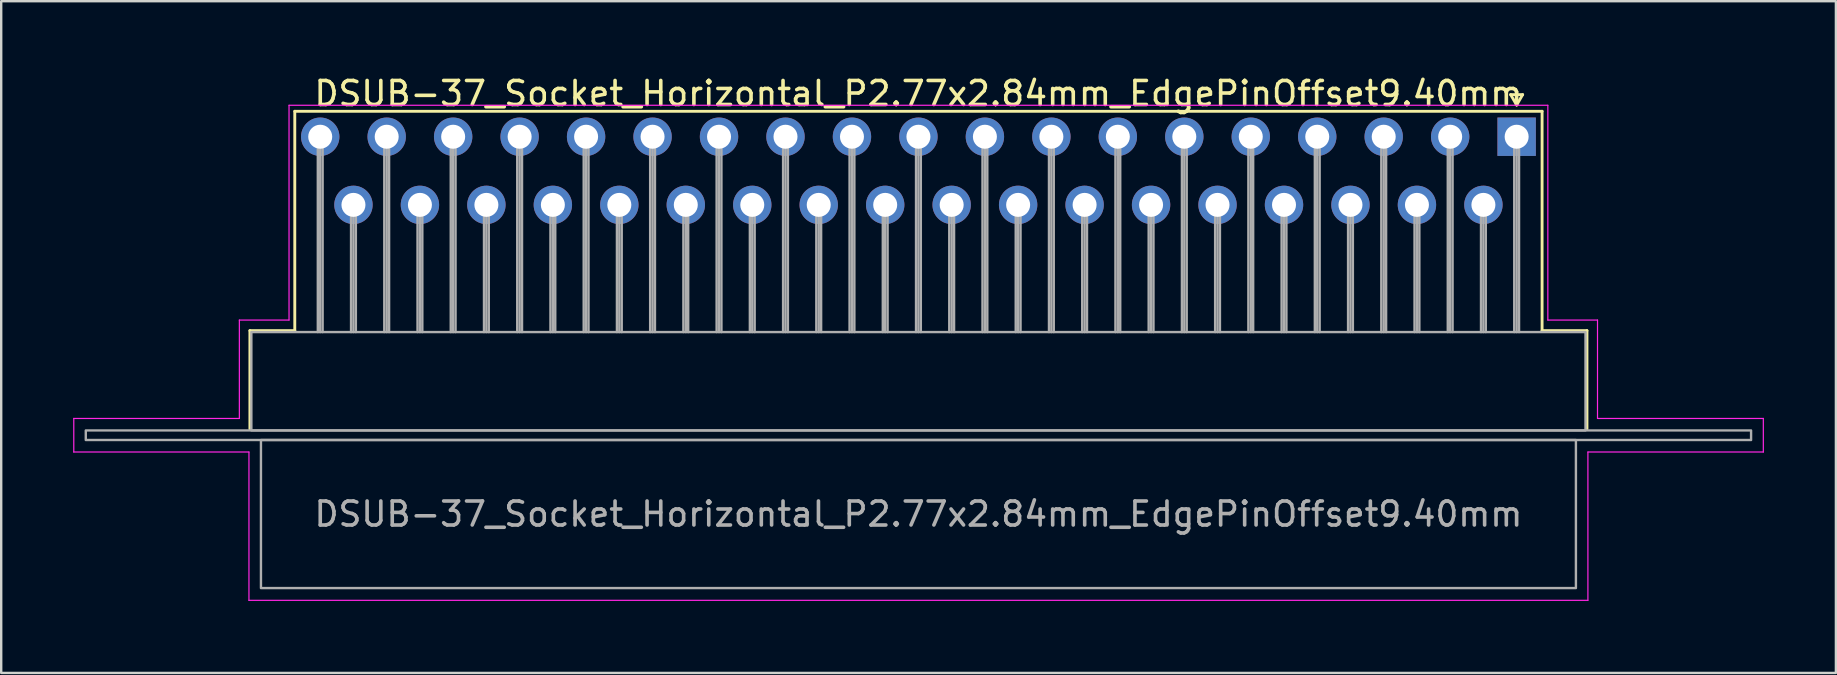
<source format=kicad_pcb>
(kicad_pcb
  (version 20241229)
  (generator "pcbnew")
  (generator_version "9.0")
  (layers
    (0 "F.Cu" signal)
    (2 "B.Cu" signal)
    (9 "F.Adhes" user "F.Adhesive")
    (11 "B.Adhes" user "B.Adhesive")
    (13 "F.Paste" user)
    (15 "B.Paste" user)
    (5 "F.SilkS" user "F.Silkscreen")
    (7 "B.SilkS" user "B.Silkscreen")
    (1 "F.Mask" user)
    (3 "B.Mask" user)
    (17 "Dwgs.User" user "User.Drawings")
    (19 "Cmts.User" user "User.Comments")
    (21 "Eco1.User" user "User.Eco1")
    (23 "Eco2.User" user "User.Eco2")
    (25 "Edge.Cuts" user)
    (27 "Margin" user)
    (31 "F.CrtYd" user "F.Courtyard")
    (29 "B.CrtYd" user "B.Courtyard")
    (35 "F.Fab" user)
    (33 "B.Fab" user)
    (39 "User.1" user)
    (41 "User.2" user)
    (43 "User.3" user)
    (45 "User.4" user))
  (footprint "DSUB-37_Socket_Horizontal_P2.77x2.84mm_EdgePinOffset9.40mm"
    (layer "F.Cu")
    (at 60.155 2.648)
    (property "Reference" "DSUB-37_Socket_Horizontal_P2.77x2.84mm_EdgePinOffset9.40mm" (at -24.93 -1.8 0) (layer "F.SilkS") (effects (font (size 1 1) (thickness 0.15))))
    (attr through_hole)
    (fp_line (start -52.79 8.08) (end -50.92 8.08) (stroke (width 0.12) (type solid)) (layer "F.SilkS"))
    (fp_line (start -52.79 12.18) (end -52.79 8.08) (stroke (width 0.12) (type solid)) (layer "F.SilkS"))
    (fp_line (start -50.92 -1.06) (end 1.06 -1.06) (stroke (width 0.12) (type solid)) (layer "F.SilkS"))
    (fp_line (start -50.92 8.08) (end -50.92 -1.06) (stroke (width 0.12) (type solid)) (layer "F.SilkS"))
    (fp_line (start -0.25 -1.754) (end 0.25 -1.754) (stroke (width 0.12) (type solid)) (layer "F.SilkS"))
    (fp_line (start 0 -1.321) (end -0.25 -1.754) (stroke (width 0.12) (type solid)) (layer "F.SilkS"))
    (fp_line (start 0.25 -1.754) (end 0 -1.321) (stroke (width 0.12) (type solid)) (layer "F.SilkS"))
    (fp_line (start 1.06 -1.06) (end 1.06 8.08) (stroke (width 0.12) (type solid)) (layer "F.SilkS"))
    (fp_line (start 1.06 8.08) (end 2.93 8.08) (stroke (width 0.12) (type solid)) (layer "F.SilkS"))
    (fp_line (start 2.93 8.08) (end 2.93 12.18) (stroke (width 0.12) (type solid)) (layer "F.SilkS"))
    (fp_line (start -60.13 11.74) (end -53.23 11.74) (stroke (width 0.05) (type solid)) (layer "F.CrtYd"))
    (fp_line (start -60.13 13.14) (end -60.13 11.74) (stroke (width 0.05) (type solid)) (layer "F.CrtYd"))
    (fp_line (start -53.23 7.64) (end -51.16 7.64) (stroke (width 0.05) (type solid)) (layer "F.CrtYd"))
    (fp_line (start -53.23 11.74) (end -53.23 7.64) (stroke (width 0.05) (type solid)) (layer "F.CrtYd"))
    (fp_line (start -52.83 13.14) (end -60.13 13.14) (stroke (width 0.05) (type solid)) (layer "F.CrtYd"))
    (fp_line (start -52.83 19.32) (end -52.83 13.14) (stroke (width 0.05) (type solid)) (layer "F.CrtYd"))
    (fp_line (start -51.16 -1.31) (end 1.3 -1.31) (stroke (width 0.05) (type solid)) (layer "F.CrtYd"))
    (fp_line (start -51.16 7.64) (end -51.16 -1.31) (stroke (width 0.05) (type solid)) (layer "F.CrtYd"))
    (fp_line (start 1.3 -1.31) (end 1.3 7.64) (stroke (width 0.05) (type solid)) (layer "F.CrtYd"))
    (fp_line (start 1.3 7.64) (end 3.37 7.64) (stroke (width 0.05) (type solid)) (layer "F.CrtYd"))
    (fp_line (start 2.97 13.14) (end 2.97 19.32) (stroke (width 0.05) (type solid)) (layer "F.CrtYd"))
    (fp_line (start 2.97 19.32) (end -52.83 19.32) (stroke (width 0.05) (type solid)) (layer "F.CrtYd"))
    (fp_line (start 3.37 7.64) (end 3.37 11.74) (stroke (width 0.05) (type solid)) (layer "F.CrtYd"))
    (fp_line (start 3.37 11.74) (end 10.28 11.74) (stroke (width 0.05) (type solid)) (layer "F.CrtYd"))
    (fp_line (start 10.28 11.74) (end 10.28 13.14) (stroke (width 0.05) (type solid)) (layer "F.CrtYd"))
    (fp_line (start 10.28 13.14) (end 2.97 13.14) (stroke (width 0.05) (type solid)) (layer "F.CrtYd"))
    (fp_line (start -49.96 0) (end -49.96 8.14) (stroke (width 0.1) (type solid)) (layer "F.Fab"))
    (fp_line (start -49.86 0) (end -49.86 8.14) (stroke (width 0.1) (type solid)) (layer "F.Fab"))
    (fp_line (start -49.76 0) (end -49.76 8.14) (stroke (width 0.1) (type solid)) (layer "F.Fab"))
    (fp_line (start -48.575 2.84) (end -48.575 8.14) (stroke (width 0.1) (type solid)) (layer "F.Fab"))
    (fp_line (start -48.475 2.84) (end -48.475 8.14) (stroke (width 0.1) (type solid)) (layer "F.Fab"))
    (fp_line (start -48.375 2.84) (end -48.375 8.14) (stroke (width 0.1) (type solid)) (layer "F.Fab"))
    (fp_line (start -47.19 0) (end -47.19 8.14) (stroke (width 0.1) (type solid)) (layer "F.Fab"))
    (fp_line (start -47.09 0) (end -47.09 8.14) (stroke (width 0.1) (type solid)) (layer "F.Fab"))
    (fp_line (start -46.99 0) (end -46.99 8.14) (stroke (width 0.1) (type solid)) (layer "F.Fab"))
    (fp_line (start -45.805 2.84) (end -45.805 8.14) (stroke (width 0.1) (type solid)) (layer "F.Fab"))
    (fp_line (start -45.705 2.84) (end -45.705 8.14) (stroke (width 0.1) (type solid)) (layer "F.Fab"))
    (fp_line (start -45.605 2.84) (end -45.605 8.14) (stroke (width 0.1) (type solid)) (layer "F.Fab"))
    (fp_line (start -44.42 0) (end -44.42 8.14) (stroke (width 0.1) (type solid)) (layer "F.Fab"))
    (fp_line (start -44.32 0) (end -44.32 8.14) (stroke (width 0.1) (type solid)) (layer "F.Fab"))
    (fp_line (start -44.22 0) (end -44.22 8.14) (stroke (width 0.1) (type solid)) (layer "F.Fab"))
    (fp_line (start -43.035 2.84) (end -43.035 8.14) (stroke (width 0.1) (type solid)) (layer "F.Fab"))
    (fp_line (start -42.935 2.84) (end -42.935 8.14) (stroke (width 0.1) (type solid)) (layer "F.Fab"))
    (fp_line (start -42.835 2.84) (end -42.835 8.14) (stroke (width 0.1) (type solid)) (layer "F.Fab"))
    (fp_line (start -41.65 0) (end -41.65 8.14) (stroke (width 0.1) (type solid)) (layer "F.Fab"))
    (fp_line (start -41.55 0) (end -41.55 8.14) (stroke (width 0.1) (type solid)) (layer "F.Fab"))
    (fp_line (start -41.45 0) (end -41.45 8.14) (stroke (width 0.1) (type solid)) (layer "F.Fab"))
    (fp_line (start -40.265 2.84) (end -40.265 8.14) (stroke (width 0.1) (type solid)) (layer "F.Fab"))
    (fp_line (start -40.165 2.84) (end -40.165 8.14) (stroke (width 0.1) (type solid)) (layer "F.Fab"))
    (fp_line (start -40.065 2.84) (end -40.065 8.14) (stroke (width 0.1) (type solid)) (layer "F.Fab"))
    (fp_line (start -38.88 0) (end -38.88 8.14) (stroke (width 0.1) (type solid)) (layer "F.Fab"))
    (fp_line (start -38.78 0) (end -38.78 8.14) (stroke (width 0.1) (type solid)) (layer "F.Fab"))
    (fp_line (start -38.68 0) (end -38.68 8.14) (stroke (width 0.1) (type solid)) (layer "F.Fab"))
    (fp_line (start -37.495 2.84) (end -37.495 8.14) (stroke (width 0.1) (type solid)) (layer "F.Fab"))
    (fp_line (start -37.395 2.84) (end -37.395 8.14) (stroke (width 0.1) (type solid)) (layer "F.Fab"))
    (fp_line (start -37.295 2.84) (end -37.295 8.14) (stroke (width 0.1) (type solid)) (layer "F.Fab"))
    (fp_line (start -36.11 0) (end -36.11 8.14) (stroke (width 0.1) (type solid)) (layer "F.Fab"))
    (fp_line (start -36.01 0) (end -36.01 8.14) (stroke (width 0.1) (type solid)) (layer "F.Fab"))
    (fp_line (start -35.91 0) (end -35.91 8.14) (stroke (width 0.1) (type solid)) (layer "F.Fab"))
    (fp_line (start -34.725 2.84) (end -34.725 8.14) (stroke (width 0.1) (type solid)) (layer "F.Fab"))
    (fp_line (start -34.625 2.84) (end -34.625 8.14) (stroke (width 0.1) (type solid)) (layer "F.Fab"))
    (fp_line (start -34.525 2.84) (end -34.525 8.14) (stroke (width 0.1) (type solid)) (layer "F.Fab"))
    (fp_line (start -33.34 0) (end -33.34 8.14) (stroke (width 0.1) (type solid)) (layer "F.Fab"))
    (fp_line (start -33.24 0) (end -33.24 8.14) (stroke (width 0.1) (type solid)) (layer "F.Fab"))
    (fp_line (start -33.14 0) (end -33.14 8.14) (stroke (width 0.1) (type solid)) (layer "F.Fab"))
    (fp_line (start -31.955 2.84) (end -31.955 8.14) (stroke (width 0.1) (type solid)) (layer "F.Fab"))
    (fp_line (start -31.855 2.84) (end -31.855 8.14) (stroke (width 0.1) (type solid)) (layer "F.Fab"))
    (fp_line (start -31.755 2.84) (end -31.755 8.14) (stroke (width 0.1) (type solid)) (layer "F.Fab"))
    (fp_line (start -30.57 0) (end -30.57 8.14) (stroke (width 0.1) (type solid)) (layer "F.Fab"))
    (fp_line (start -30.47 0) (end -30.47 8.14) (stroke (width 0.1) (type solid)) (layer "F.Fab"))
    (fp_line (start -30.37 0) (end -30.37 8.14) (stroke (width 0.1) (type solid)) (layer "F.Fab"))
    (fp_line (start -29.185 2.84) (end -29.185 8.14) (stroke (width 0.1) (type solid)) (layer "F.Fab"))
    (fp_line (start -29.085 2.84) (end -29.085 8.14) (stroke (width 0.1) (type solid)) (layer "F.Fab"))
    (fp_line (start -28.985 2.84) (end -28.985 8.14) (stroke (width 0.1) (type solid)) (layer "F.Fab"))
    (fp_line (start -27.8 0) (end -27.8 8.14) (stroke (width 0.1) (type solid)) (layer "F.Fab"))
    (fp_line (start -27.7 0) (end -27.7 8.14) (stroke (width 0.1) (type solid)) (layer "F.Fab"))
    (fp_line (start -27.6 0) (end -27.6 8.14) (stroke (width 0.1) (type solid)) (layer "F.Fab"))
    (fp_line (start -26.415 2.84) (end -26.415 8.14) (stroke (width 0.1) (type solid)) (layer "F.Fab"))
    (fp_line (start -26.315 2.84) (end -26.315 8.14) (stroke (width 0.1) (type solid)) (layer "F.Fab"))
    (fp_line (start -26.215 2.84) (end -26.215 8.14) (stroke (width 0.1) (type solid)) (layer "F.Fab"))
    (fp_line (start -25.03 0) (end -25.03 8.14) (stroke (width 0.1) (type solid)) (layer "F.Fab"))
    (fp_line (start -24.93 0) (end -24.93 8.14) (stroke (width 0.1) (type solid)) (layer "F.Fab"))
    (fp_line (start -24.83 0) (end -24.83 8.14) (stroke (width 0.1) (type solid)) (layer "F.Fab"))
    (fp_line (start -23.645 2.84) (end -23.645 8.14) (stroke (width 0.1) (type solid)) (layer "F.Fab"))
    (fp_line (start -23.545 2.84) (end -23.545 8.14) (stroke (width 0.1) (type solid)) (layer "F.Fab"))
    (fp_line (start -23.445 2.84) (end -23.445 8.14) (stroke (width 0.1) (type solid)) (layer "F.Fab"))
    (fp_line (start -22.26 0) (end -22.26 8.14) (stroke (width 0.1) (type solid)) (layer "F.Fab"))
    (fp_line (start -22.16 0) (end -22.16 8.14) (stroke (width 0.1) (type solid)) (layer "F.Fab"))
    (fp_line (start -22.06 0) (end -22.06 8.14) (stroke (width 0.1) (type solid)) (layer "F.Fab"))
    (fp_line (start -20.875 2.84) (end -20.875 8.14) (stroke (width 0.1) (type solid)) (layer "F.Fab"))
    (fp_line (start -20.775 2.84) (end -20.775 8.14) (stroke (width 0.1) (type solid)) (layer "F.Fab"))
    (fp_line (start -20.675 2.84) (end -20.675 8.14) (stroke (width 0.1) (type solid)) (layer "F.Fab"))
    (fp_line (start -19.49 0) (end -19.49 8.14) (stroke (width 0.1) (type solid)) (layer "F.Fab"))
    (fp_line (start -19.39 0) (end -19.39 8.14) (stroke (width 0.1) (type solid)) (layer "F.Fab"))
    (fp_line (start -19.29 0) (end -19.29 8.14) (stroke (width 0.1) (type solid)) (layer "F.Fab"))
    (fp_line (start -18.105 2.84) (end -18.105 8.14) (stroke (width 0.1) (type solid)) (layer "F.Fab"))
    (fp_line (start -18.005 2.84) (end -18.005 8.14) (stroke (width 0.1) (type solid)) (layer "F.Fab"))
    (fp_line (start -17.905 2.84) (end -17.905 8.14) (stroke (width 0.1) (type solid)) (layer "F.Fab"))
    (fp_line (start -16.72 0) (end -16.72 8.14) (stroke (width 0.1) (type solid)) (layer "F.Fab"))
    (fp_line (start -16.62 0) (end -16.62 8.14) (stroke (width 0.1) (type solid)) (layer "F.Fab"))
    (fp_line (start -16.52 0) (end -16.52 8.14) (stroke (width 0.1) (type solid)) (layer "F.Fab"))
    (fp_line (start -15.335 2.84) (end -15.335 8.14) (stroke (width 0.1) (type solid)) (layer "F.Fab"))
    (fp_line (start -15.235 2.84) (end -15.235 8.14) (stroke (width 0.1) (type solid)) (layer "F.Fab"))
    (fp_line (start -15.135 2.84) (end -15.135 8.14) (stroke (width 0.1) (type solid)) (layer "F.Fab"))
    (fp_line (start -13.95 0) (end -13.95 8.14) (stroke (width 0.1) (type solid)) (layer "F.Fab"))
    (fp_line (start -13.85 0) (end -13.85 8.14) (stroke (width 0.1) (type solid)) (layer "F.Fab"))
    (fp_line (start -13.75 0) (end -13.75 8.14) (stroke (width 0.1) (type solid)) (layer "F.Fab"))
    (fp_line (start -12.565 2.84) (end -12.565 8.14) (stroke (width 0.1) (type solid)) (layer "F.Fab"))
    (fp_line (start -12.465 2.84) (end -12.465 8.14) (stroke (width 0.1) (type solid)) (layer "F.Fab"))
    (fp_line (start -12.365 2.84) (end -12.365 8.14) (stroke (width 0.1) (type solid)) (layer "F.Fab"))
    (fp_line (start -11.18 0) (end -11.18 8.14) (stroke (width 0.1) (type solid)) (layer "F.Fab"))
    (fp_line (start -11.08 0) (end -11.08 8.14) (stroke (width 0.1) (type solid)) (layer "F.Fab"))
    (fp_line (start -10.98 0) (end -10.98 8.14) (stroke (width 0.1) (type solid)) (layer "F.Fab"))
    (fp_line (start -9.795 2.84) (end -9.795 8.14) (stroke (width 0.1) (type solid)) (layer "F.Fab"))
    (fp_line (start -9.695 2.84) (end -9.695 8.14) (stroke (width 0.1) (type solid)) (layer "F.Fab"))
    (fp_line (start -9.595 2.84) (end -9.595 8.14) (stroke (width 0.1) (type solid)) (layer "F.Fab"))
    (fp_line (start -8.41 0) (end -8.41 8.14) (stroke (width 0.1) (type solid)) (layer "F.Fab"))
    (fp_line (start -8.31 0) (end -8.31 8.14) (stroke (width 0.1) (type solid)) (layer "F.Fab"))
    (fp_line (start -8.21 0) (end -8.21 8.14) (stroke (width 0.1) (type solid)) (layer "F.Fab"))
    (fp_line (start -7.025 2.84) (end -7.025 8.14) (stroke (width 0.1) (type solid)) (layer "F.Fab"))
    (fp_line (start -6.925 2.84) (end -6.925 8.14) (stroke (width 0.1) (type solid)) (layer "F.Fab"))
    (fp_line (start -6.825 2.84) (end -6.825 8.14) (stroke (width 0.1) (type solid)) (layer "F.Fab"))
    (fp_line (start -5.64 0) (end -5.64 8.14) (stroke (width 0.1) (type solid)) (layer "F.Fab"))
    (fp_line (start -5.54 0) (end -5.54 8.14) (stroke (width 0.1) (type solid)) (layer "F.Fab"))
    (fp_line (start -5.44 0) (end -5.44 8.14) (stroke (width 0.1) (type solid)) (layer "F.Fab"))
    (fp_line (start -4.255 2.84) (end -4.255 8.14) (stroke (width 0.1) (type solid)) (layer "F.Fab"))
    (fp_line (start -4.155 2.84) (end -4.155 8.14) (stroke (width 0.1) (type solid)) (layer "F.Fab"))
    (fp_line (start -4.055 2.84) (end -4.055 8.14) (stroke (width 0.1) (type solid)) (layer "F.Fab"))
    (fp_line (start -2.87 0) (end -2.87 8.14) (stroke (width 0.1) (type solid)) (layer "F.Fab"))
    (fp_line (start -2.77 0) (end -2.77 8.14) (stroke (width 0.1) (type solid)) (layer "F.Fab"))
    (fp_line (start -2.67 0) (end -2.67 8.14) (stroke (width 0.1) (type solid)) (layer "F.Fab"))
    (fp_line (start -1.485 2.84) (end -1.485 8.14) (stroke (width 0.1) (type solid)) (layer "F.Fab"))
    (fp_line (start -1.385 2.84) (end -1.385 8.14) (stroke (width 0.1) (type solid)) (layer "F.Fab"))
    (fp_line (start -1.285 2.84) (end -1.285 8.14) (stroke (width 0.1) (type solid)) (layer "F.Fab"))
    (fp_line (start -0.1 0) (end -0.1 8.14) (stroke (width 0.1) (type solid)) (layer "F.Fab"))
    (fp_line (start 0 0) (end 0 8.14) (stroke (width 0.1) (type solid)) (layer "F.Fab"))
    (fp_line (start 0.1 0) (end 0.1 8.14) (stroke (width 0.1) (type solid)) (layer "F.Fab"))
    (fp_rect (start -59.63 12.24) (end 9.77 12.64) (stroke (width 0.1) (type solid)) (fill no) (layer "F.Fab"))
    (fp_rect (start -52.73 8.14) (end 2.87 12.24) (stroke (width 0.1) (type solid)) (fill no) (layer "F.Fab"))
    (fp_rect (start -52.33 12.64) (end 2.47 18.81) (stroke (width 0.1) (type solid)) (fill no) (layer "F.Fab"))
    (fp_text user "${REFERENCE}" (at -24.93 15.725 0) (layer "F.Fab") (effects (font (size 1 1) (thickness 0.15))))
    (pad "1" thru_hole rect (at 0 0) (size 1.6 1.6) (drill 1) (layers "*.Cu" "*.Mask"))
    (pad "2" thru_hole circle (at -2.77 0) (size 1.6 1.6) (drill 1) (layers "*.Cu" "*.Mask"))
    (pad "3" thru_hole circle (at -5.54 0) (size 1.6 1.6) (drill 1) (layers "*.Cu" "*.Mask"))
    (pad "4" thru_hole circle (at -8.31 0) (size 1.6 1.6) (drill 1) (layers "*.Cu" "*.Mask"))
    (pad "5" thru_hole circle (at -11.08 0) (size 1.6 1.6) (drill 1) (layers "*.Cu" "*.Mask"))
    (pad "6" thru_hole circle (at -13.85 0) (size 1.6 1.6) (drill 1) (layers "*.Cu" "*.Mask"))
    (pad "7" thru_hole circle (at -16.62 0) (size 1.6 1.6) (drill 1) (layers "*.Cu" "*.Mask"))
    (pad "8" thru_hole circle (at -19.39 0) (size 1.6 1.6) (drill 1) (layers "*.Cu" "*.Mask"))
    (pad "9" thru_hole circle (at -22.16 0) (size 1.6 1.6) (drill 1) (layers "*.Cu" "*.Mask"))
    (pad "10" thru_hole circle (at -24.93 0) (size 1.6 1.6) (drill 1) (layers "*.Cu" "*.Mask"))
    (pad "11" thru_hole circle (at -27.7 0) (size 1.6 1.6) (drill 1) (layers "*.Cu" "*.Mask"))
    (pad "12" thru_hole circle (at -30.47 0) (size 1.6 1.6) (drill 1) (layers "*.Cu" "*.Mask"))
    (pad "13" thru_hole circle (at -33.24 0) (size 1.6 1.6) (drill 1) (layers "*.Cu" "*.Mask"))
    (pad "14" thru_hole circle (at -36.01 0) (size 1.6 1.6) (drill 1) (layers "*.Cu" "*.Mask"))
    (pad "15" thru_hole circle (at -38.78 0) (size 1.6 1.6) (drill 1) (layers "*.Cu" "*.Mask"))
    (pad "16" thru_hole circle (at -41.55 0) (size 1.6 1.6) (drill 1) (layers "*.Cu" "*.Mask"))
    (pad "17" thru_hole circle (at -44.32 0) (size 1.6 1.6) (drill 1) (layers "*.Cu" "*.Mask"))
    (pad "18" thru_hole circle (at -47.09 0) (size 1.6 1.6) (drill 1) (layers "*.Cu" "*.Mask"))
    (pad "19" thru_hole circle (at -49.86 0) (size 1.6 1.6) (drill 1) (layers "*.Cu" "*.Mask"))
    (pad "20" thru_hole circle (at -1.385 2.84) (size 1.6 1.6) (drill 1) (layers "*.Cu" "*.Mask"))
    (pad "21" thru_hole circle (at -4.155 2.84) (size 1.6 1.6) (drill 1) (layers "*.Cu" "*.Mask"))
    (pad "22" thru_hole circle (at -6.925 2.84) (size 1.6 1.6) (drill 1) (layers "*.Cu" "*.Mask"))
    (pad "23" thru_hole circle (at -9.695 2.84) (size 1.6 1.6) (drill 1) (layers "*.Cu" "*.Mask"))
    (pad "24" thru_hole circle (at -12.465 2.84) (size 1.6 1.6) (drill 1) (layers "*.Cu" "*.Mask"))
    (pad "25" thru_hole circle (at -15.235 2.84) (size 1.6 1.6) (drill 1) (layers "*.Cu" "*.Mask"))
    (pad "26" thru_hole circle (at -18.005 2.84) (size 1.6 1.6) (drill 1) (layers "*.Cu" "*.Mask"))
    (pad "27" thru_hole circle (at -20.775 2.84) (size 1.6 1.6) (drill 1) (layers "*.Cu" "*.Mask"))
    (pad "28" thru_hole circle (at -23.545 2.84) (size 1.6 1.6) (drill 1) (layers "*.Cu" "*.Mask"))
    (pad "29" thru_hole circle (at -26.315 2.84) (size 1.6 1.6) (drill 1) (layers "*.Cu" "*.Mask"))
    (pad "30" thru_hole circle (at -29.085 2.84) (size 1.6 1.6) (drill 1) (layers "*.Cu" "*.Mask"))
    (pad "31" thru_hole circle (at -31.855 2.84) (size 1.6 1.6) (drill 1) (layers "*.Cu" "*.Mask"))
    (pad "32" thru_hole circle (at -34.625 2.84) (size 1.6 1.6) (drill 1) (layers "*.Cu" "*.Mask"))
    (pad "33" thru_hole circle (at -37.395 2.84) (size 1.6 1.6) (drill 1) (layers "*.Cu" "*.Mask"))
    (pad "34" thru_hole circle (at -40.165 2.84) (size 1.6 1.6) (drill 1) (layers "*.Cu" "*.Mask"))
    (pad "35" thru_hole circle (at -42.935 2.84) (size 1.6 1.6) (drill 1) (layers "*.Cu" "*.Mask"))
    (pad "36" thru_hole circle (at -45.705 2.84) (size 1.6 1.6) (drill 1) (layers "*.Cu" "*.Mask"))
    (pad "37" thru_hole circle (at -48.475 2.84) (size 1.6 1.6) (drill 1) (layers "*.Cu" "*.Mask")))
  (gr_rect
    (start -3 -3)
    (end 73.46 24.993)
    (stroke (width 0.1) (type default))
    (fill no)
    (layer "Edge.Cuts")))
</source>
